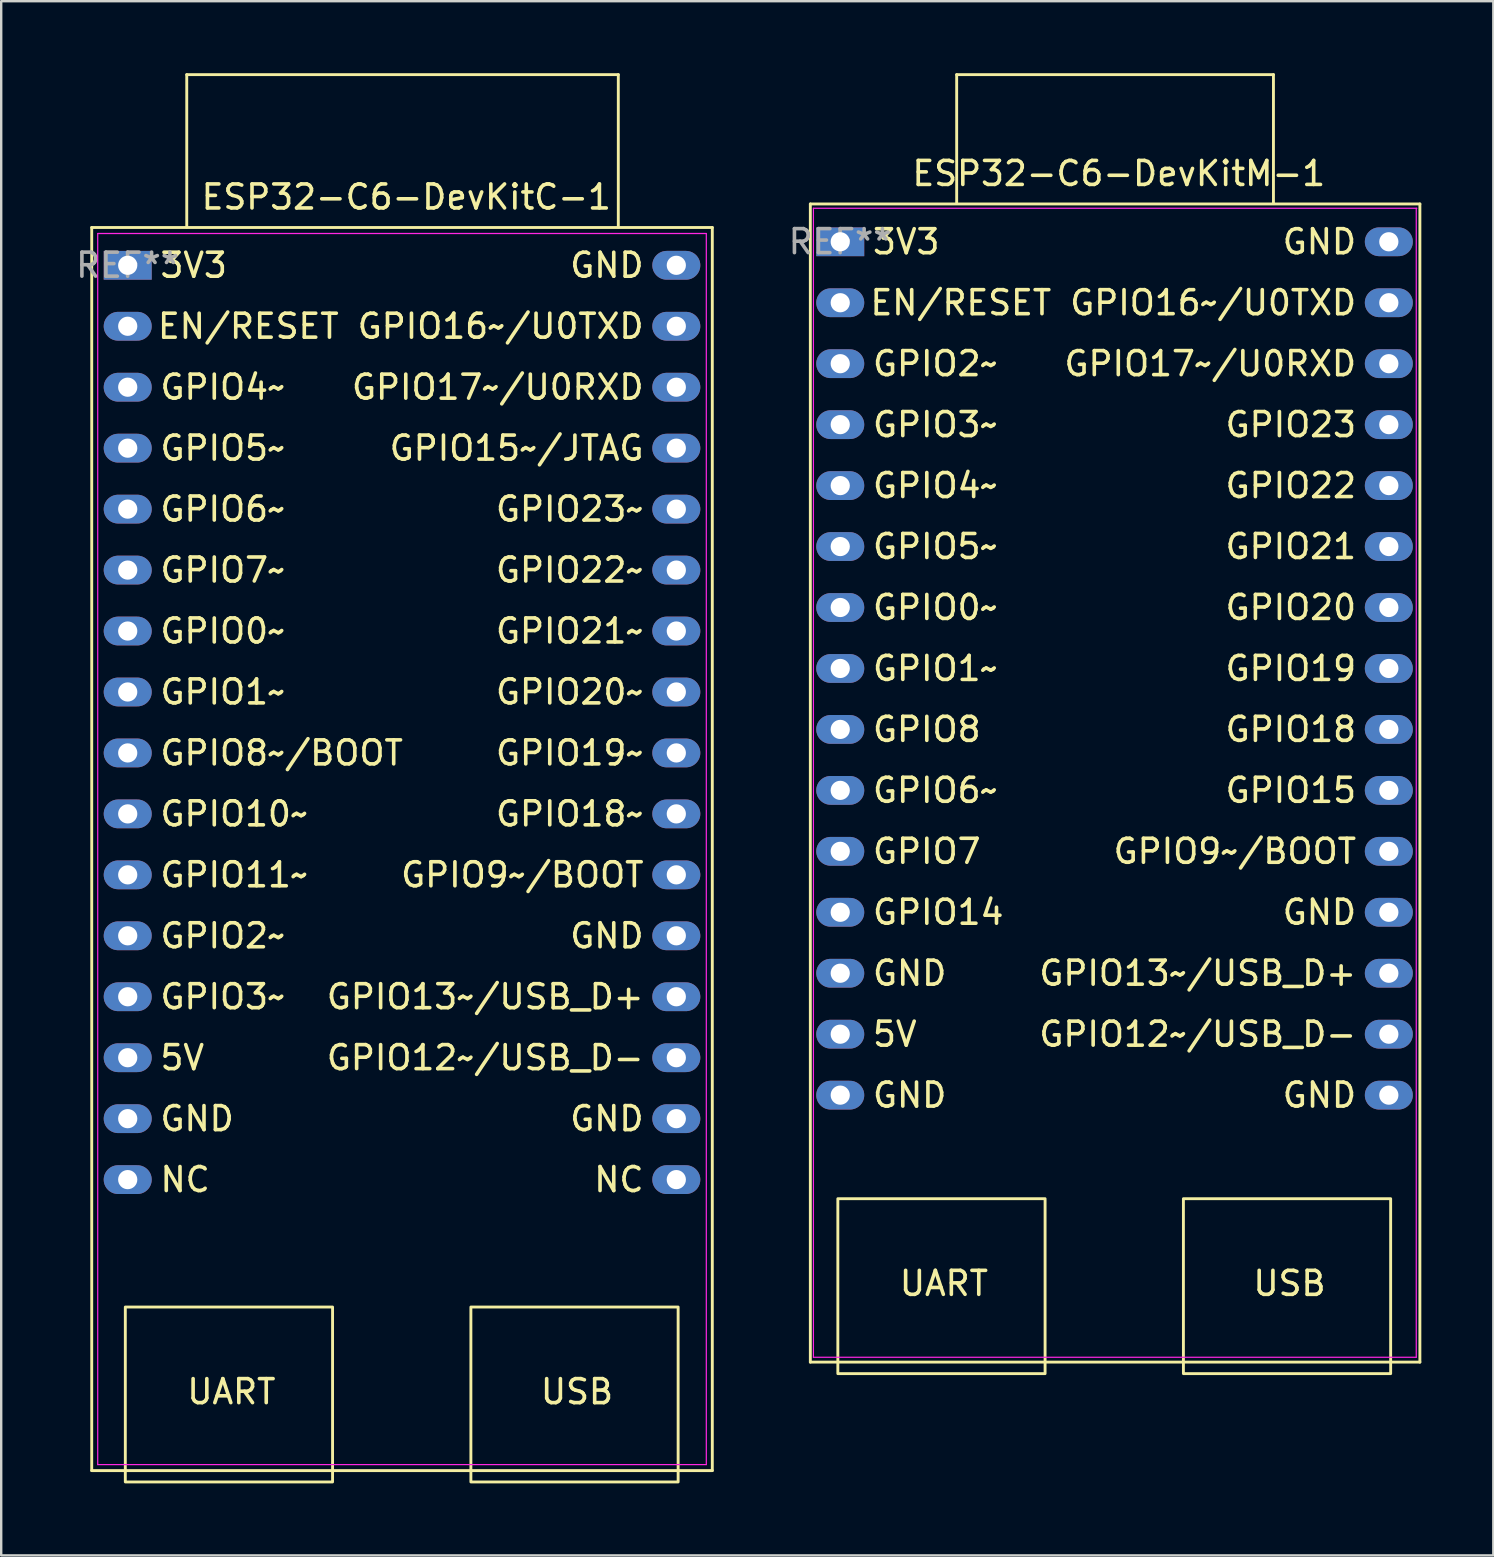
<source format=kicad_pcb>
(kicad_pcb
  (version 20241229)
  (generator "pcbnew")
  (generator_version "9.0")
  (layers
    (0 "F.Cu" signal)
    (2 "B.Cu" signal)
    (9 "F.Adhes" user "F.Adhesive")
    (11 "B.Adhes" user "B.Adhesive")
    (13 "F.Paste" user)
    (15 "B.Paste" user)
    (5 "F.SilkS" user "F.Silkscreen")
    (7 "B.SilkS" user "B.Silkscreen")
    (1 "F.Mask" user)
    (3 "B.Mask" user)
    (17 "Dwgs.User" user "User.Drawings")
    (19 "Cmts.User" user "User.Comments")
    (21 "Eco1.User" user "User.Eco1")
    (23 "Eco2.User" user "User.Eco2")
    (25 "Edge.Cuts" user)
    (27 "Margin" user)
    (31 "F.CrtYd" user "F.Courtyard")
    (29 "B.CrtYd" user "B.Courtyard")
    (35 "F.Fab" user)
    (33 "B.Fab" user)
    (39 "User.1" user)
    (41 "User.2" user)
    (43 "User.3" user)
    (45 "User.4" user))
  (footprint "ESP32-C6-DevKitC-1"
    (layer "F.Cu")
    (at 2.272 8.005)
    (property "Reference" "ESP32-C6-DevKitC-1" (at 11.608 -2.845 0) (layer "F.SilkS") (effects (font (size 1 1) (thickness 0.15))))
    (attr through_hole)
    (fp_line (start -1.5 -1.575) (end -1.5 50.225) (stroke (width 0.12) (type solid)) (layer "F.SilkS"))
    (fp_line (start -1.5 50.225) (end 24.36 50.225) (stroke (width 0.12) (type solid)) (layer "F.SilkS"))
    (fp_line (start 2.46 -7.945) (end 20.443 -7.945) (stroke (width 0.12) (type solid)) (layer "F.SilkS"))
    (fp_line (start 2.46 -1.595) (end 2.46 -7.945) (stroke (width 0.12) (type solid)) (layer "F.SilkS"))
    (fp_line (start 20.443 -7.945) (end 20.443 -1.595) (stroke (width 0.12) (type solid)) (layer "F.SilkS"))
    (fp_line (start 24.36 50.225) (end 24.36 -1.575) (stroke (width 0.12) (type solid)) (layer "F.SilkS"))
    (fp_line (start 24.36 -1.575) (end -1.5 -1.575) (stroke (width 0.12) (type solid)) (layer "F.SilkS"))
    (fp_rect (start -0.1 43.409) (end 8.536 50.698) (stroke (width 0.12) (type solid)) (fill no) (layer "F.SilkS"))
    (fp_rect (start 14.3 43.409) (end 22.936 50.698) (stroke (width 0.12) (type solid)) (fill no) (layer "F.SilkS"))
    (fp_line (start -1.25 -1.325) (end 24.11 -1.325) (stroke (width 0.05) (type solid)) (layer "F.CrtYd"))
    (fp_line (start -1.25 49.975) (end -1.25 -1.325) (stroke (width 0.05) (type solid)) (layer "F.CrtYd"))
    (fp_line (start 24.11 -1.325) (end 24.11 49.975) (stroke (width 0.05) (type solid)) (layer "F.CrtYd"))
    (fp_line (start 24.11 49.975) (end -1.25 49.975) (stroke (width 0.05) (type solid)) (layer "F.CrtYd"))
    (fp_text user "GND" (at 1.27 35.56 0) (unlocked yes) (layer "F.SilkS") (effects (font (size 1 1) (thickness 0.15)) (justify left)))
    (fp_text user "GND" (at 21.59 35.56 0) (unlocked yes) (layer "F.SilkS") (effects (font (size 1 1) (thickness 0.15)) (justify right)))
    (fp_text user "GPIO16~/U0TXD" (at 21.59 2.54 0) (unlocked yes) (layer "F.SilkS") (effects (font (size 1 1) (thickness 0.15)) (justify right)))
    (fp_text user "5V" (at 1.27 33.02 0) (unlocked yes) (layer "F.SilkS") (effects (font (size 1 1) (thickness 0.15)) (justify left)))
    (fp_text user "GPIO22~" (at 21.59 12.7 0) (unlocked yes) (layer "F.SilkS") (effects (font (size 1 1) (thickness 0.15)) (justify right)))
    (fp_text user "GPIO17~/U0RXD" (at 21.59 5.08 0) (unlocked yes) (layer "F.SilkS") (effects (font (size 1 1) (thickness 0.15)) (justify right)))
    (fp_text user "NC" (at 1.27 38.1 0) (unlocked yes) (layer "F.SilkS") (effects (font (size 1 1) (thickness 0.15)) (justify left)))
    (fp_text user "NC" (at 21.59 38.1 0) (unlocked yes) (layer "F.SilkS") (effects (font (size 1 1) (thickness 0.15)) (justify right)))
    (fp_text user "UART" (at 4.32 47.523 0) (unlocked yes) (layer "F.SilkS") (effects (font (size 1 1) (thickness 0.15)) (justify bottom)))
    (fp_text user "GPIO3~" (at 1.27 30.48 0) (unlocked yes) (layer "F.SilkS") (effects (font (size 1 1) (thickness 0.15)) (justify left)))
    (fp_text user "EN/RESET" (at 8.886 2.54 0) (unlocked yes) (layer "F.SilkS") (effects (font (size 1 1) (thickness 0.15)) (justify right)))
    (fp_text user "GPIO23~" (at 21.59 10.16 0) (unlocked yes) (layer "F.SilkS") (effects (font (size 1 1) (thickness 0.15)) (justify right)))
    (fp_text user "GPIO18~" (at 21.59 22.86 0) (unlocked yes) (layer "F.SilkS") (effects (font (size 1 1) (thickness 0.15)) (justify right)))
    (fp_text user "GPIO2~" (at 1.27 27.94 0) (unlocked yes) (layer "F.SilkS") (effects (font (size 1 1) (thickness 0.15)) (justify left)))
    (fp_text user "GPIO7~" (at 1.27 12.7 0) (unlocked yes) (layer "F.SilkS") (effects (font (size 1 1) (thickness 0.15)) (justify left)))
    (fp_text user "GPIO21~" (at 21.59 15.24 0) (unlocked yes) (layer "F.SilkS") (effects (font (size 1 1) (thickness 0.15)) (justify right)))
    (fp_text user "USB" (at 18.72 47.523 0) (unlocked yes) (layer "F.SilkS") (effects (font (size 1 1) (thickness 0.15)) (justify bottom)))
    (fp_text user "GPIO13~/USB_D+" (at 21.59 30.48 0) (unlocked yes) (layer "F.SilkS") (effects (font (size 1 1) (thickness 0.15)) (justify right)))
    (fp_text user "3V3" (at 1.27 0 0) (unlocked yes) (layer "F.SilkS") (effects (font (size 1 1) (thickness 0.15)) (justify left)))
    (fp_text user "GPIO5~" (at 1.27 7.62 0) (unlocked yes) (layer "F.SilkS") (effects (font (size 1 1) (thickness 0.15)) (justify left)))
    (fp_text user "GPIO10~" (at 1.27 22.86 0) (unlocked yes) (layer "F.SilkS") (effects (font (size 1 1) (thickness 0.15)) (justify left)))
    (fp_text user "GPIO19~" (at 21.59 20.32 0) (unlocked yes) (layer "F.SilkS") (effects (font (size 1 1) (thickness 0.15)) (justify right)))
    (fp_text user "GPIO9~/BOOT" (at 21.59 25.4 0) (unlocked yes) (layer "F.SilkS") (effects (font (size 1 1) (thickness 0.15)) (justify right)))
    (fp_text user "GPIO20~" (at 21.59 17.78 0) (unlocked yes) (layer "F.SilkS") (effects (font (size 1 1) (thickness 0.15)) (justify right)))
    (fp_text user "GPIO11~" (at 1.27 25.4 0) (unlocked yes) (layer "F.SilkS") (effects (font (size 1 1) (thickness 0.15)) (justify left)))
    (fp_text user "GPIO4~" (at 1.27 5.08 0) (unlocked yes) (layer "F.SilkS") (effects (font (size 1 1) (thickness 0.15)) (justify left)))
    (fp_text user "GND" (at 21.59 27.94 0) (unlocked yes) (layer "F.SilkS") (effects (font (size 1 1) (thickness 0.15)) (justify right)))
    (fp_text user "GPIO8~/BOOT" (at 1.27 20.32 0) (unlocked yes) (layer "F.SilkS") (effects (font (size 1 1) (thickness 0.15)) (justify left)))
    (fp_text user "GND" (at 21.59 0 0) (unlocked yes) (layer "F.SilkS") (effects (font (size 1 1) (thickness 0.15)) (justify right)))
    (fp_text user "GPIO1~" (at 1.27 17.78 0) (unlocked yes) (layer "F.SilkS") (effects (font (size 1 1) (thickness 0.15)) (justify left)))
    (fp_text user "GPIO0~" (at 1.27 15.24 0) (unlocked yes) (layer "F.SilkS") (effects (font (size 1 1) (thickness 0.15)) (justify left)))
    (fp_text user "GPIO6~" (at 1.27 10.16 0) (unlocked yes) (layer "F.SilkS") (effects (font (size 1 1) (thickness 0.15)) (justify left)))
    (fp_text user "GPIO15~/JTAG" (at 21.59 7.62 0) (unlocked yes) (layer "F.SilkS") (effects (font (size 1 1) (thickness 0.15)) (justify right)))
    (fp_text user "GPIO12~/USB_D-" (at 21.59 33.02 0) (unlocked yes) (layer "F.SilkS") (effects (font (size 1 1) (thickness 0.15)) (justify right)))
    (fp_text user "REF**" (at -0.004 -0.003 0) (layer "F.Fab") (effects (font (size 1 1) (thickness 0.15))))
    (pad "1" thru_hole rect (at 0 0 270) (size 1.2 2) (drill 0.8) (layers "*.Cu" "*.Mask"))
    (pad "2" thru_hole oval (at 0 2.54 270) (size 1.2 2) (drill 0.8) (layers "*.Cu" "*.Mask"))
    (pad "3" thru_hole oval (at 0 5.08 270) (size 1.2 2) (drill 0.8) (layers "*.Cu" "*.Mask"))
    (pad "4" thru_hole oval (at 0 7.62 270) (size 1.2 2) (drill 0.8) (layers "*.Cu" "*.Mask"))
    (pad "5" thru_hole oval (at 0 10.16 270) (size 1.2 2) (drill 0.8) (layers "*.Cu" "*.Mask"))
    (pad "6" thru_hole oval (at 0 12.7 270) (size 1.2 2) (drill 0.8) (layers "*.Cu" "*.Mask"))
    (pad "7" thru_hole oval (at 0 15.24 270) (size 1.2 2) (drill 0.8) (layers "*.Cu" "*.Mask"))
    (pad "8" thru_hole oval (at 0 17.78 270) (size 1.2 2) (drill 0.8) (layers "*.Cu" "*.Mask"))
    (pad "9" thru_hole oval (at 0 20.32 270) (size 1.2 2) (drill 0.8) (layers "*.Cu" "*.Mask"))
    (pad "10" thru_hole oval (at 0 22.86 270) (size 1.2 2) (drill 0.8) (layers "*.Cu" "*.Mask"))
    (pad "11" thru_hole oval (at 0 25.4 270) (size 1.2 2) (drill 0.8) (layers "*.Cu" "*.Mask"))
    (pad "12" thru_hole oval (at 0 27.94 270) (size 1.2 2) (drill 0.8) (layers "*.Cu" "*.Mask"))
    (pad "13" thru_hole oval (at 0 30.48 270) (size 1.2 2) (drill 0.8) (layers "*.Cu" "*.Mask"))
    (pad "14" thru_hole oval (at 0 33.02 270) (size 1.2 2) (drill 0.8) (layers "*.Cu" "*.Mask"))
    (pad "15" thru_hole oval (at 0 35.56 270) (size 1.2 2) (drill 0.8) (layers "*.Cu" "*.Mask"))
    (pad "16" thru_hole oval (at 0 38.1 270) (size 1.2 2) (drill 0.8) (layers "*.Cu" "*.Mask"))
    (pad "17" thru_hole oval (at 22.86 38.1 270) (size 1.2 2) (drill 0.8) (layers "*.Cu" "*.Mask"))
    (pad "18" thru_hole oval (at 22.86 35.56 270) (size 1.2 2) (drill 0.8) (layers "*.Cu" "*.Mask"))
    (pad "19" thru_hole oval (at 22.86 33.02 270) (size 1.2 2) (drill 0.8) (layers "*.Cu" "*.Mask"))
    (pad "20" thru_hole oval (at 22.86 30.48 270) (size 1.2 2) (drill 0.8) (layers "*.Cu" "*.Mask"))
    (pad "21" thru_hole oval (at 22.86 27.94 270) (size 1.2 2) (drill 0.8) (layers "*.Cu" "*.Mask"))
    (pad "22" thru_hole oval (at 22.86 25.4 270) (size 1.2 2) (drill 0.8) (layers "*.Cu" "*.Mask"))
    (pad "23" thru_hole oval (at 22.86 22.86 270) (size 1.2 2) (drill 0.8) (layers "*.Cu" "*.Mask"))
    (pad "24" thru_hole oval (at 22.86 20.32 270) (size 1.2 2) (drill 0.8) (layers "*.Cu" "*.Mask"))
    (pad "25" thru_hole oval (at 22.86 17.78 270) (size 1.2 2) (drill 0.8) (layers "*.Cu" "*.Mask"))
    (pad "26" thru_hole oval (at 22.86 15.24 270) (size 1.2 2) (drill 0.8) (layers "*.Cu" "*.Mask"))
    (pad "27" thru_hole oval (at 22.86 12.7 270) (size 1.2 2) (drill 0.8) (layers "*.Cu" "*.Mask"))
    (pad "28" thru_hole oval (at 22.86 10.16 270) (size 1.2 2) (drill 0.8) (layers "*.Cu" "*.Mask"))
    (pad "29" thru_hole oval (at 22.86 7.62 270) (size 1.2 2) (drill 0.8) (layers "*.Cu" "*.Mask"))
    (pad "30" thru_hole oval (at 22.86 5.08 270) (size 1.2 2) (drill 0.8) (layers "*.Cu" "*.Mask"))
    (pad "31" thru_hole oval (at 22.86 2.54 270) (size 1.2 2) (drill 0.8) (layers "*.Cu" "*.Mask"))
    (pad "32" thru_hole oval (at 22.86 0 270) (size 1.2 2) (drill 0.8) (layers "*.Cu" "*.Mask")))
  (footprint "ESP32-C6-DevKitM-1"
    (layer "F.Cu")
    (at 31.963 7.025)
    (property "Reference" "ESP32-C6-DevKitM-1" (at 11.608 -2.845 0) (layer "F.SilkS") (effects (font (size 1 1) (thickness 0.15))))
    (attr through_hole)
    (fp_line (start -1.246 -1.575) (end -1.246 46.685) (stroke (width 0.12) (type solid)) (layer "F.SilkS"))
    (fp_line (start -1.246 46.685) (end 24.154 46.685) (stroke (width 0.12) (type solid)) (layer "F.SilkS"))
    (fp_line (start 4.852 -6.965) (end 18.052 -6.965) (stroke (width 0.12) (type solid)) (layer "F.SilkS"))
    (fp_line (start 4.852 -1.595) (end 4.852 -6.965) (stroke (width 0.12) (type solid)) (layer "F.SilkS"))
    (fp_line (start 18.052 -6.965) (end 18.052 -1.595) (stroke (width 0.12) (type solid)) (layer "F.SilkS"))
    (fp_line (start 24.154 -1.575) (end -1.246 -1.575) (stroke (width 0.12) (type solid)) (layer "F.SilkS"))
    (fp_line (start 24.154 46.685) (end 24.154 -1.575) (stroke (width 0.12) (type solid)) (layer "F.SilkS"))
    (fp_rect (start -0.1 39.875) (end 8.536 47.165) (stroke (width 0.12) (type solid)) (fill no) (layer "F.SilkS"))
    (fp_rect (start 14.3 39.875) (end 22.936 47.165) (stroke (width 0.12) (type solid)) (fill no) (layer "F.SilkS"))
    (fp_line (start -1.118 -1.397) (end 24.028 -1.397) (stroke (width 0.05) (type default)) (layer "F.CrtYd"))
    (fp_line (start -1.118 46.482) (end -1.118 -1.397) (stroke (width 0.05) (type default)) (layer "F.CrtYd"))
    (fp_line (start 24.003 -1.397) (end 24.003 46.482) (stroke (width 0.05) (type default)) (layer "F.CrtYd"))
    (fp_line (start 24.003 46.482) (end -1.118 46.482) (stroke (width 0.05) (type default)) (layer "F.CrtYd"))
    (fp_text user "GND" (at 21.59 27.94 0) (unlocked yes) (layer "F.SilkS") (effects (font (size 1 1) (thickness 0.15)) (justify right)))
    (fp_text user "GPIO0~" (at 1.27 15.24 0) (unlocked yes) (layer "F.SilkS") (effects (font (size 1 1) (thickness 0.15)) (justify left)))
    (fp_text user "USB" (at 18.72 43.99 0) (unlocked yes) (layer "F.SilkS") (effects (font (size 1 1) (thickness 0.15)) (justify bottom)))
    (fp_text user "GPIO8" (at 1.27 20.32 0) (unlocked yes) (layer "F.SilkS") (effects (font (size 1 1) (thickness 0.15)) (justify left)))
    (fp_text user "GPIO16~/U0TXD" (at 21.59 2.54 0) (unlocked yes) (layer "F.SilkS") (effects (font (size 1 1) (thickness 0.15)) (justify right)))
    (fp_text user "UART" (at 4.32 43.99 0) (unlocked yes) (layer "F.SilkS") (effects (font (size 1 1) (thickness 0.15)) (justify bottom)))
    (fp_text user "GPIO19" (at 21.59 17.78 0) (unlocked yes) (layer "F.SilkS") (effects (font (size 1 1) (thickness 0.15)) (justify right)))
    (fp_text user "GPIO18" (at 21.59 20.32 0) (unlocked yes) (layer "F.SilkS") (effects (font (size 1 1) (thickness 0.15)) (justify right)))
    (fp_text user "GPIO1~" (at 1.27 17.78 0) (unlocked yes) (layer "F.SilkS") (effects (font (size 1 1) (thickness 0.15)) (justify left)))
    (fp_text user "GPIO9~/BOOT" (at 21.59 25.4 0) (unlocked yes) (layer "F.SilkS") (effects (font (size 1 1) (thickness 0.15)) (justify right)))
    (fp_text user "GPIO13~/USB_D+" (at 21.59 30.48 0) (unlocked yes) (layer "F.SilkS") (effects (font (size 1 1) (thickness 0.15)) (justify right)))
    (fp_text user "GPIO6~" (at 1.27 22.86 0) (unlocked yes) (layer "F.SilkS") (effects (font (size 1 1) (thickness 0.15)) (justify left)))
    (fp_text user "3V3" (at 1.27 0 0) (unlocked yes) (layer "F.SilkS") (effects (font (size 1 1) (thickness 0.15)) (justify left)))
    (fp_text user "GND" (at 21.59 35.56 0) (unlocked yes) (layer "F.SilkS") (effects (font (size 1 1) (thickness 0.15)) (justify right)))
    (fp_text user "GPIO3~" (at 1.27 7.62 0) (unlocked yes) (layer "F.SilkS") (effects (font (size 1 1) (thickness 0.15)) (justify left)))
    (fp_text user "GPIO20" (at 21.59 15.24 0) (unlocked yes) (layer "F.SilkS") (effects (font (size 1 1) (thickness 0.15)) (justify right)))
    (fp_text user "GPIO23" (at 21.59 7.62 0) (unlocked yes) (layer "F.SilkS") (effects (font (size 1 1) (thickness 0.15)) (justify right)))
    (fp_text user "GPIO7" (at 1.27 25.4 0) (unlocked yes) (layer "F.SilkS") (effects (font (size 1 1) (thickness 0.15)) (justify left)))
    (fp_text user "GPIO12~/USB_D-" (at 21.59 33.02 0) (unlocked yes) (layer "F.SilkS") (effects (font (size 1 1) (thickness 0.15)) (justify right)))
    (fp_text user "GPIO4~" (at 1.27 10.16 0) (unlocked yes) (layer "F.SilkS") (effects (font (size 1 1) (thickness 0.15)) (justify left)))
    (fp_text user "GPIO2~" (at 1.27 5.08 0) (unlocked yes) (layer "F.SilkS") (effects (font (size 1 1) (thickness 0.15)) (justify left)))
    (fp_text user "GND" (at 1.27 30.48 0) (unlocked yes) (layer "F.SilkS") (effects (font (size 1 1) (thickness 0.15)) (justify left)))
    (fp_text user "GPIO5~" (at 1.27 12.7 0) (unlocked yes) (layer "F.SilkS") (effects (font (size 1 1) (thickness 0.15)) (justify left)))
    (fp_text user "GPIO15" (at 21.59 22.86 0) (unlocked yes) (layer "F.SilkS") (effects (font (size 1 1) (thickness 0.15)) (justify right)))
    (fp_text user "5V" (at 1.27 33.02 0) (unlocked yes) (layer "F.SilkS") (effects (font (size 1 1) (thickness 0.15)) (justify left)))
    (fp_text user "GND" (at 21.59 0 0) (unlocked yes) (layer "F.SilkS") (effects (font (size 1 1) (thickness 0.15)) (justify right)))
    (fp_text user "EN/RESET" (at 8.886 2.54 0) (unlocked yes) (layer "F.SilkS") (effects (font (size 1 1) (thickness 0.15)) (justify right)))
    (fp_text user "GPIO17~/U0RXD" (at 21.59 5.08 0) (unlocked yes) (layer "F.SilkS") (effects (font (size 1 1) (thickness 0.15)) (justify right)))
    (fp_text user "GPIO21" (at 21.59 12.7 0) (unlocked yes) (layer "F.SilkS") (effects (font (size 1 1) (thickness 0.15)) (justify right)))
    (fp_text user "GND" (at 1.27 35.56 0) (unlocked yes) (layer "F.SilkS") (effects (font (size 1 1) (thickness 0.15)) (justify left)))
    (fp_text user "GPIO22" (at 21.59 10.16 0) (unlocked yes) (layer "F.SilkS") (effects (font (size 1 1) (thickness 0.15)) (justify right)))
    (fp_text user "GPIO14" (at 1.27 27.94 0) (unlocked yes) (layer "F.SilkS") (effects (font (size 1 1) (thickness 0.15)) (justify left)))
    (fp_text user "REF**" (at -0.004 -0.003 0) (layer "F.Fab") (effects (font (size 1 1) (thickness 0.15))))
    (pad "1" thru_hole rect (at 0 0 270) (size 1.2 2) (drill 0.8) (layers "*.Cu" "*.Mask"))
    (pad "2" thru_hole oval (at 0 2.54 270) (size 1.2 2) (drill 0.8) (layers "*.Cu" "*.Mask"))
    (pad "3" thru_hole oval (at 0 5.08 270) (size 1.2 2) (drill 0.8) (layers "*.Cu" "*.Mask"))
    (pad "4" thru_hole oval (at 0 7.62 270) (size 1.2 2) (drill 0.8) (layers "*.Cu" "*.Mask"))
    (pad "5" thru_hole oval (at 0 10.16 270) (size 1.2 2) (drill 0.8) (layers "*.Cu" "*.Mask"))
    (pad "6" thru_hole oval (at 0 12.7 270) (size 1.2 2) (drill 0.8) (layers "*.Cu" "*.Mask"))
    (pad "7" thru_hole oval (at 0 15.24 270) (size 1.2 2) (drill 0.8) (layers "*.Cu" "*.Mask"))
    (pad "8" thru_hole oval (at 0 17.78 270) (size 1.2 2) (drill 0.8) (layers "*.Cu" "*.Mask"))
    (pad "9" thru_hole oval (at 0 20.32 270) (size 1.2 2) (drill 0.8) (layers "*.Cu" "*.Mask"))
    (pad "10" thru_hole oval (at 0 22.86 270) (size 1.2 2) (drill 0.8) (layers "*.Cu" "*.Mask"))
    (pad "11" thru_hole oval (at 0 25.4 270) (size 1.2 2) (drill 0.8) (layers "*.Cu" "*.Mask"))
    (pad "12" thru_hole oval (at 0 27.94 270) (size 1.2 2) (drill 0.8) (layers "*.Cu" "*.Mask"))
    (pad "13" thru_hole oval (at 0 30.48 270) (size 1.2 2) (drill 0.8) (layers "*.Cu" "*.Mask"))
    (pad "14" thru_hole oval (at 0 33.02 270) (size 1.2 2) (drill 0.8) (layers "*.Cu" "*.Mask"))
    (pad "15" thru_hole oval (at 0 35.56 270) (size 1.2 2) (drill 0.8) (layers "*.Cu" "*.Mask"))
    (pad "16" thru_hole oval (at 22.86 35.56 270) (size 1.2 2) (drill 0.8) (layers "*.Cu" "*.Mask"))
    (pad "17" thru_hole oval (at 22.86 33.02 270) (size 1.2 2) (drill 0.8) (layers "*.Cu" "*.Mask"))
    (pad "18" thru_hole oval (at 22.86 30.48 270) (size 1.2 2) (drill 0.8) (layers "*.Cu" "*.Mask"))
    (pad "19" thru_hole oval (at 22.86 27.94 270) (size 1.2 2) (drill 0.8) (layers "*.Cu" "*.Mask"))
    (pad "20" thru_hole oval (at 22.86 25.4 270) (size 1.2 2) (drill 0.8) (layers "*.Cu" "*.Mask"))
    (pad "21" thru_hole oval (at 22.86 22.86 270) (size 1.2 2) (drill 0.8) (layers "*.Cu" "*.Mask"))
    (pad "22" thru_hole oval (at 22.86 20.32 270) (size 1.2 2) (drill 0.8) (layers "*.Cu" "*.Mask"))
    (pad "23" thru_hole oval (at 22.86 17.78 270) (size 1.2 2) (drill 0.8) (layers "*.Cu" "*.Mask"))
    (pad "24" thru_hole oval (at 22.86 15.24 270) (size 1.2 2) (drill 0.8) (layers "*.Cu" "*.Mask"))
    (pad "25" thru_hole oval (at 22.86 12.7 270) (size 1.2 2) (drill 0.8) (layers "*.Cu" "*.Mask"))
    (pad "26" thru_hole oval (at 22.86 10.16 270) (size 1.2 2) (drill 0.8) (layers "*.Cu" "*.Mask"))
    (pad "27" thru_hole oval (at 22.86 7.62 270) (size 1.2 2) (drill 0.8) (layers "*.Cu" "*.Mask"))
    (pad "28" thru_hole oval (at 22.86 5.08 270) (size 1.2 2) (drill 0.8) (layers "*.Cu" "*.Mask"))
    (pad "29" thru_hole oval (at 22.86 2.54 270) (size 1.2 2) (drill 0.8) (layers "*.Cu" "*.Mask"))
    (pad "30" thru_hole oval (at 22.86 0 270) (size 1.2 2) (drill 0.8) (layers "*.Cu" "*.Mask")))
  (gr_rect
    (start -3 -3)
    (end 59.177 61.764)
    (stroke (width 0.1) (type default))
    (fill no)
    (layer "Edge.Cuts")))
</source>
